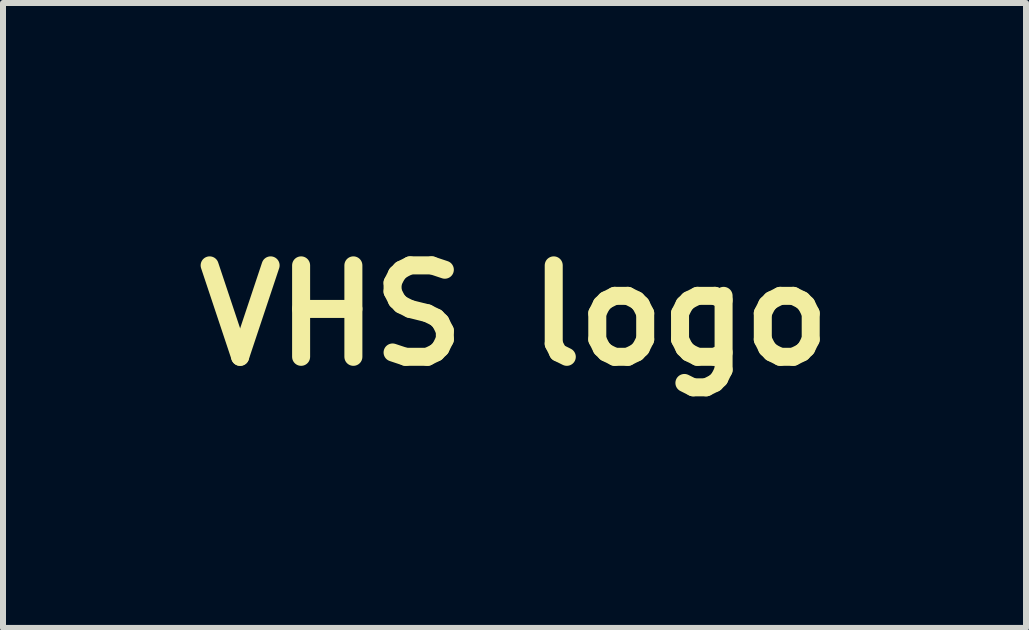
<source format=kicad_pcb>
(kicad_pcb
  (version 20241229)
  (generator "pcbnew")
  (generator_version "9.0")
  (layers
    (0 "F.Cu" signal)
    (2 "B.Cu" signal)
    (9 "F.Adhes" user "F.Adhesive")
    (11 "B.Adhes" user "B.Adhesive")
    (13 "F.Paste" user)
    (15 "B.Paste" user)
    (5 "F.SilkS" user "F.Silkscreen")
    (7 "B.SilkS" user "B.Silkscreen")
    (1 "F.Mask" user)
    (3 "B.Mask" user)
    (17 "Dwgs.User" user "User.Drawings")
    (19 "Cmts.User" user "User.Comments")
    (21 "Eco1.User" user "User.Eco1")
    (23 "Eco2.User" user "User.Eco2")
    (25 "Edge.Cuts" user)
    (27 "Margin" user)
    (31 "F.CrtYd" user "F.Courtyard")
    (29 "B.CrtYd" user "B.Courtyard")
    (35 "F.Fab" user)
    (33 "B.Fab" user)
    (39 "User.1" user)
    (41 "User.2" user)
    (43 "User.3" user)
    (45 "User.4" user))
  (footprint "VHS logo"
    (layer "F.Cu")
    (at 5.523 2.206)
    (property "Reference" "VHS logo" (at 0 0 0) (layer "F.SilkS") (effects (font (size 1.524 1.524) (thickness 0.3))))
    (attr through_hole)
    (fp_poly (pts (xy 4.487 2.201) (xy -4.318 2.201) (xy -4.318 -2.032) (xy -4.149 -2.032) (xy -4.149 2.032) (xy 4.318 2.032) (xy 4.318 -2.032) (xy -4.149 -2.032) (xy -4.318 -2.032) (xy -4.318 -2.201) (xy 4.487 -2.201) (xy 4.487 2.201)) (stroke (width 0.01) (type solid)) (fill no) (layer "Eco2.User"))
    (fp_poly (pts (xy -0.423 0.508) (xy 0.334 0.508) (xy 0.357 -0.614) (xy 0.381 -1.736) (xy 1.143 -1.736) (xy 1.143 1.736) (xy 0.381 1.736) (xy 0.331 0.703) (xy -0.042 0.788) (xy -0.415 0.873) (xy -0.466 1.736) (xy -1.185 1.788) (xy -1.185 1.334) (xy -1.202 1.062) (xy -1.243 0.856) (xy -1.277 0.788) (xy -1.324 0.686) (xy -1.277 0.64) (xy -1.236 0.528) (xy -1.207 0.257) (xy -1.19 -0.164) (xy -1.185 -0.598) (xy -1.185 -1.778) (xy -0.423 -1.778) (xy -0.423 0.508)) (stroke (width 0.01) (type solid)) (fill no) (layer "Eco2.User"))
    (fp_poly (pts (xy -1.572 -1.738) (xy -1.524 -1.662) (xy -1.542 -1.545) (xy -1.592 -1.292) (xy -1.668 -0.932) (xy -1.764 -0.494) (xy -1.858 -0.075) (xy -1.966 0.412) (xy -2.057 0.851) (xy -2.126 1.211) (xy -2.167 1.461) (xy -2.176 1.566) (xy -2.19 1.671) (xy -2.284 1.728) (xy -2.501 1.757) (xy -2.562 1.762) (xy -2.852 1.758) (xy -2.992 1.699) (xy -3.004 1.677) (xy -3.048 1.526) (xy -3.121 1.251) (xy -3.214 0.883) (xy -3.321 0.455) (xy -3.433 -0.004) (xy -3.543 -0.461) (xy -3.643 -0.884) (xy -3.726 -1.243) (xy -3.784 -1.505) (xy -3.809 -1.64) (xy -3.81 -1.648) (xy -3.764 -1.733) (xy -3.604 -1.772) (xy -3.427 -1.778) (xy -3.268 -1.778) (xy -3.149 -1.761) (xy -3.059 -1.704) (xy -2.982 -1.584) (xy -2.906 -1.377) (xy -2.817 -1.06) (xy -2.702 -0.61) (xy -2.661 -0.448) (xy -2.564 -0.079) (xy -2.479 0.217) (xy -2.417 0.409) (xy -2.387 0.468) (xy -2.346 0.365) (xy -2.284 0.137) (xy -2.208 -0.175) (xy -2.128 -0.53) (xy -2.054 -0.886) (xy -1.993 -1.203) (xy -1.955 -1.44) (xy -1.947 -1.531) (xy -1.923 -1.71) (xy -1.82 -1.773) (xy -1.736 -1.778) (xy -1.572 -1.738)) (stroke (width 0.01) (type solid)) (fill no) (layer "Eco2.User"))
    (fp_poly (pts (xy 3.77 -1.777) (xy 3.908 -1.76) (xy 3.959 -1.722) (xy 3.952 -1.661) (xy 3.95 -1.654) (xy 3.903 -1.514) (xy 3.895 -1.475) (xy 3.817 -1.458) (xy 3.612 -1.445) (xy 3.321 -1.439) (xy 3.271 -1.439) (xy 2.787 -1.401) (xy 2.445 -1.286) (xy 2.25 -1.097) (xy 2.201 -0.896) (xy 2.252 -0.698) (xy 2.415 -0.531) (xy 2.712 -0.378) (xy 3.059 -0.258) (xy 3.46 -0.109) (xy 3.722 0.059) (xy 3.875 0.277) (xy 3.951 0.574) (xy 3.957 0.622) (xy 3.97 0.865) (xy 3.921 1.043) (xy 3.783 1.231) (xy 3.712 1.311) (xy 3.469 1.521) (xy 3.175 1.661) (xy 2.794 1.741) (xy 2.289 1.773) (xy 2.183 1.774) (xy 1.89 1.765) (xy 1.719 1.724) (xy 1.625 1.637) (xy 1.613 1.617) (xy 1.583 1.539) (xy 1.613 1.489) (xy 1.732 1.459) (xy 1.969 1.44) (xy 2.252 1.427) (xy 2.623 1.405) (xy 2.862 1.371) (xy 3.008 1.317) (xy 3.097 1.233) (xy 3.213 0.987) (xy 3.175 0.77) (xy 2.978 0.577) (xy 2.618 0.403) (xy 2.382 0.323) (xy 1.939 0.126) (xy 1.629 -0.141) (xy 1.459 -0.46) (xy 1.44 -0.815) (xy 1.578 -1.182) (xy 1.749 -1.409) (xy 1.972 -1.57) (xy 2.276 -1.676) (xy 2.693 -1.738) (xy 3.124 -1.764) (xy 3.518 -1.777) (xy 3.77 -1.777)) (stroke (width 0.01) (type solid)) (fill no) (layer "Eco2.User")))
  (gr_rect
    (start -3 -3)
    (end 14.045 7.413)
    (stroke (width 0.1) (type default))
    (fill no)
    (layer "Edge.Cuts")))
</source>
